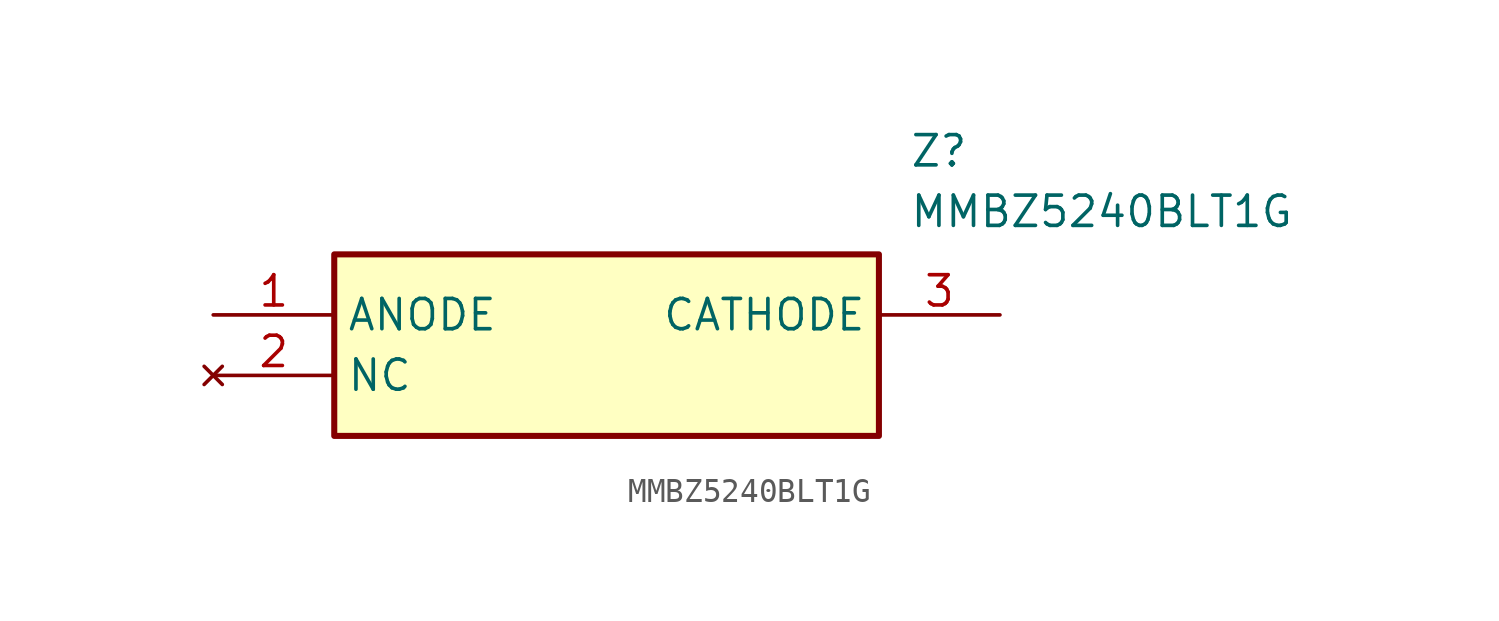
<source format=kicad_sym>
(kicad_symbol_lib
  (version 20211014)
  (generator SamacSys_ECAD_Model)
  (symbol "MMBZ5240BLT1G"
    (property "Reference" "Z"
      (at 29.21 7.62 0)
      (effects (font (size 1.27 1.27)) (justify left top)))
    (property "Value" "MMBZ5240BLT1G"
      (at 29.21 5.08 0)
      (effects (font (size 1.27 1.27)) (justify left top)))
    (rectangle
      (start 5.08 2.54)
      (end 27.94 -5.08)
      (stroke (width 0.254) (type default))
      (fill (type background)))
    (pin bidirectional line
      (at 0 0 0)
      (length 5.08)
      (name "ANODE" (effects (font (size 1.27 1.27))))
      (number "1" (effects (font (size 1.27 1.27)))))
    (pin no_connect line
      (at 0 -2.54 0)
      (length 5.08)
      (name "NC" (effects (font (size 1.27 1.27))))
      (number "2" (effects (font (size 1.27 1.27)))))
    (pin bidirectional line
      (at 33.02 0 180)
      (length 5.08)
      (name "CATHODE" (effects (font (size 1.27 1.27))))
      (number "3" (effects (font (size 1.27 1.27)))))))
</source>
